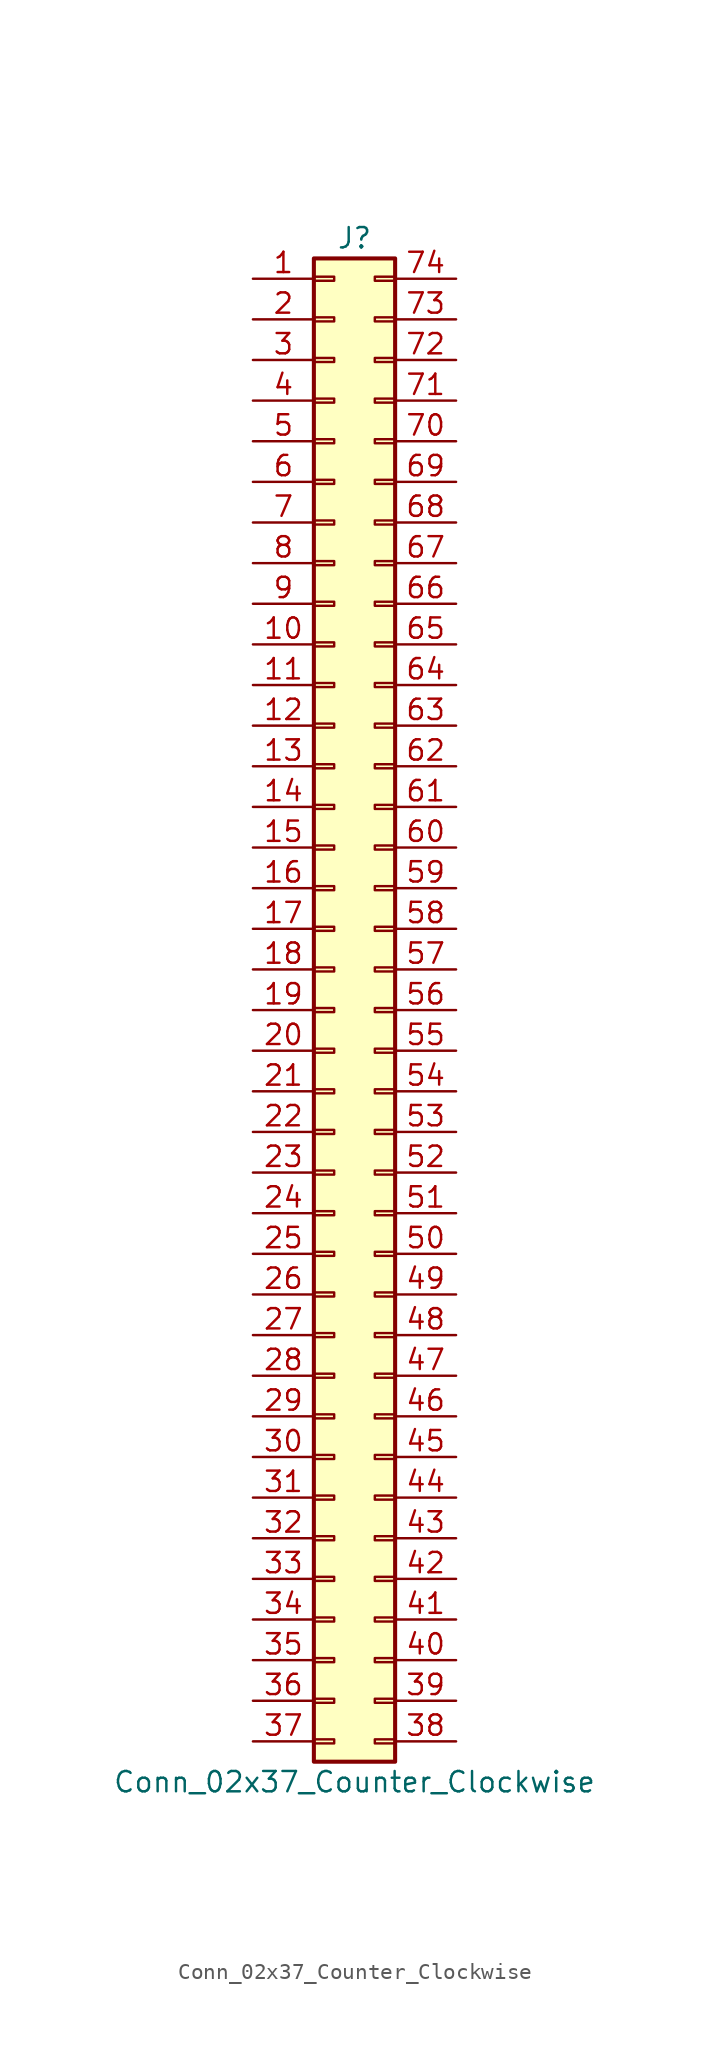
<source format=kicad_sym>
(kicad_symbol_lib
  (version 20220914)
  (generator kicad_symbol_editor)
  (symbol "Conn_02x37_Counter_Clockwise"
    (pin_names
      (offset 1.016) hide)
    (property "Reference" "J"
      (at 1.27 48.26 0)
      (effects (font (size 1.27 1.27))))
    (property "Value" "Conn_02x37_Counter_Clockwise"
      (at 1.27 -48.26 0)
      (effects (font (size 1.27 1.27))))
    (symbol "Conn_02x37_Counter_Clockwise_1_1"
      (rectangle (start -1.27 -45.593) (end 0 -45.847) (stroke (width 0.152) (type default)) (fill (type none)))
      (rectangle (start -1.27 -43.053) (end 0 -43.307) (stroke (width 0.152) (type default)) (fill (type none)))
      (rectangle (start -1.27 -40.513) (end 0 -40.767) (stroke (width 0.152) (type default)) (fill (type none)))
      (rectangle (start -1.27 -37.973) (end 0 -38.227) (stroke (width 0.152) (type default)) (fill (type none)))
      (rectangle (start -1.27 -35.433) (end 0 -35.687) (stroke (width 0.152) (type default)) (fill (type none)))
      (rectangle (start -1.27 -32.893) (end 0 -33.147) (stroke (width 0.152) (type default)) (fill (type none)))
      (rectangle (start -1.27 -30.353) (end 0 -30.607) (stroke (width 0.152) (type default)) (fill (type none)))
      (rectangle (start -1.27 -27.813) (end 0 -28.067) (stroke (width 0.152) (type default)) (fill (type none)))
      (rectangle (start -1.27 -25.273) (end 0 -25.527) (stroke (width 0.152) (type default)) (fill (type none)))
      (rectangle (start -1.27 -22.733) (end 0 -22.987) (stroke (width 0.152) (type default)) (fill (type none)))
      (rectangle (start -1.27 -20.193) (end 0 -20.447) (stroke (width 0.152) (type default)) (fill (type none)))
      (rectangle (start -1.27 -17.653) (end 0 -17.907) (stroke (width 0.152) (type default)) (fill (type none)))
      (rectangle (start -1.27 -15.113) (end 0 -15.367) (stroke (width 0.152) (type default)) (fill (type none)))
      (rectangle (start -1.27 -12.573) (end 0 -12.827) (stroke (width 0.152) (type default)) (fill (type none)))
      (rectangle (start -1.27 -10.033) (end 0 -10.287) (stroke (width 0.152) (type default)) (fill (type none)))
      (rectangle (start -1.27 -7.493) (end 0 -7.747) (stroke (width 0.152) (type default)) (fill (type none)))
      (rectangle (start -1.27 -4.953) (end 0 -5.207) (stroke (width 0.152) (type default)) (fill (type none)))
      (rectangle (start -1.27 -2.413) (end 0 -2.667) (stroke (width 0.152) (type default)) (fill (type none)))
      (rectangle (start -1.27 0.127) (end 0 -0.127) (stroke (width 0.152) (type default)) (fill (type none)))
      (rectangle (start -1.27 2.667) (end 0 2.413) (stroke (width 0.152) (type default)) (fill (type none)))
      (rectangle (start -1.27 5.207) (end 0 4.953) (stroke (width 0.152) (type default)) (fill (type none)))
      (rectangle (start -1.27 7.747) (end 0 7.493) (stroke (width 0.152) (type default)) (fill (type none)))
      (rectangle (start -1.27 10.287) (end 0 10.033) (stroke (width 0.152) (type default)) (fill (type none)))
      (rectangle (start -1.27 12.827) (end 0 12.573) (stroke (width 0.152) (type default)) (fill (type none)))
      (rectangle (start -1.27 15.367) (end 0 15.113) (stroke (width 0.152) (type default)) (fill (type none)))
      (rectangle (start -1.27 17.907) (end 0 17.653) (stroke (width 0.152) (type default)) (fill (type none)))
      (rectangle (start -1.27 20.447) (end 0 20.193) (stroke (width 0.152) (type default)) (fill (type none)))
      (rectangle (start -1.27 22.987) (end 0 22.733) (stroke (width 0.152) (type default)) (fill (type none)))
      (rectangle (start -1.27 25.527) (end 0 25.273) (stroke (width 0.152) (type default)) (fill (type none)))
      (rectangle (start -1.27 28.067) (end 0 27.813) (stroke (width 0.152) (type default)) (fill (type none)))
      (rectangle (start -1.27 30.607) (end 0 30.353) (stroke (width 0.152) (type default)) (fill (type none)))
      (rectangle (start -1.27 33.147) (end 0 32.893) (stroke (width 0.152) (type default)) (fill (type none)))
      (rectangle (start -1.27 35.687) (end 0 35.433) (stroke (width 0.152) (type default)) (fill (type none)))
      (rectangle (start -1.27 38.227) (end 0 37.973) (stroke (width 0.152) (type default)) (fill (type none)))
      (rectangle (start -1.27 40.767) (end 0 40.513) (stroke (width 0.152) (type default)) (fill (type none)))
      (rectangle (start -1.27 43.307) (end 0 43.053) (stroke (width 0.152) (type default)) (fill (type none)))
      (rectangle (start -1.27 45.847) (end 0 45.593) (stroke (width 0.152) (type default)) (fill (type none)))
      (rectangle (start -1.27 46.99) (end 3.81 -46.99) (stroke (width 0.254) (type default)) (fill (type background)))
      (rectangle (start 3.81 -45.593) (end 2.54 -45.847) (stroke (width 0.152) (type default)) (fill (type none)))
      (rectangle (start 3.81 -43.053) (end 2.54 -43.307) (stroke (width 0.152) (type default)) (fill (type none)))
      (rectangle (start 3.81 -40.513) (end 2.54 -40.767) (stroke (width 0.152) (type default)) (fill (type none)))
      (rectangle (start 3.81 -37.973) (end 2.54 -38.227) (stroke (width 0.152) (type default)) (fill (type none)))
      (rectangle (start 3.81 -35.433) (end 2.54 -35.687) (stroke (width 0.152) (type default)) (fill (type none)))
      (rectangle (start 3.81 -32.893) (end 2.54 -33.147) (stroke (width 0.152) (type default)) (fill (type none)))
      (rectangle (start 3.81 -30.353) (end 2.54 -30.607) (stroke (width 0.152) (type default)) (fill (type none)))
      (rectangle (start 3.81 -27.813) (end 2.54 -28.067) (stroke (width 0.152) (type default)) (fill (type none)))
      (rectangle (start 3.81 -25.273) (end 2.54 -25.527) (stroke (width 0.152) (type default)) (fill (type none)))
      (rectangle (start 3.81 -22.733) (end 2.54 -22.987) (stroke (width 0.152) (type default)) (fill (type none)))
      (rectangle (start 3.81 -20.193) (end 2.54 -20.447) (stroke (width 0.152) (type default)) (fill (type none)))
      (rectangle (start 3.81 -17.653) (end 2.54 -17.907) (stroke (width 0.152) (type default)) (fill (type none)))
      (rectangle (start 3.81 -15.113) (end 2.54 -15.367) (stroke (width 0.152) (type default)) (fill (type none)))
      (rectangle (start 3.81 -12.573) (end 2.54 -12.827) (stroke (width 0.152) (type default)) (fill (type none)))
      (rectangle (start 3.81 -10.033) (end 2.54 -10.287) (stroke (width 0.152) (type default)) (fill (type none)))
      (rectangle (start 3.81 -7.493) (end 2.54 -7.747) (stroke (width 0.152) (type default)) (fill (type none)))
      (rectangle (start 3.81 -4.953) (end 2.54 -5.207) (stroke (width 0.152) (type default)) (fill (type none)))
      (rectangle (start 3.81 -2.413) (end 2.54 -2.667) (stroke (width 0.152) (type default)) (fill (type none)))
      (rectangle (start 3.81 0.127) (end 2.54 -0.127) (stroke (width 0.152) (type default)) (fill (type none)))
      (rectangle (start 3.81 2.667) (end 2.54 2.413) (stroke (width 0.152) (type default)) (fill (type none)))
      (rectangle (start 3.81 5.207) (end 2.54 4.953) (stroke (width 0.152) (type default)) (fill (type none)))
      (rectangle (start 3.81 7.747) (end 2.54 7.493) (stroke (width 0.152) (type default)) (fill (type none)))
      (rectangle (start 3.81 10.287) (end 2.54 10.033) (stroke (width 0.152) (type default)) (fill (type none)))
      (rectangle (start 3.81 12.827) (end 2.54 12.573) (stroke (width 0.152) (type default)) (fill (type none)))
      (rectangle (start 3.81 15.367) (end 2.54 15.113) (stroke (width 0.152) (type default)) (fill (type none)))
      (rectangle (start 3.81 17.907) (end 2.54 17.653) (stroke (width 0.152) (type default)) (fill (type none)))
      (rectangle (start 3.81 20.447) (end 2.54 20.193) (stroke (width 0.152) (type default)) (fill (type none)))
      (rectangle (start 3.81 22.987) (end 2.54 22.733) (stroke (width 0.152) (type default)) (fill (type none)))
      (rectangle (start 3.81 25.527) (end 2.54 25.273) (stroke (width 0.152) (type default)) (fill (type none)))
      (rectangle (start 3.81 28.067) (end 2.54 27.813) (stroke (width 0.152) (type default)) (fill (type none)))
      (rectangle (start 3.81 30.607) (end 2.54 30.353) (stroke (width 0.152) (type default)) (fill (type none)))
      (rectangle (start 3.81 33.147) (end 2.54 32.893) (stroke (width 0.152) (type default)) (fill (type none)))
      (rectangle (start 3.81 35.687) (end 2.54 35.433) (stroke (width 0.152) (type default)) (fill (type none)))
      (rectangle (start 3.81 38.227) (end 2.54 37.973) (stroke (width 0.152) (type default)) (fill (type none)))
      (rectangle (start 3.81 40.767) (end 2.54 40.513) (stroke (width 0.152) (type default)) (fill (type none)))
      (rectangle (start 3.81 43.307) (end 2.54 43.053) (stroke (width 0.152) (type default)) (fill (type none)))
      (rectangle (start 3.81 45.847) (end 2.54 45.593) (stroke (width 0.152) (type default)) (fill (type none)))
      (pin passive line (at -5.08 45.72 0) (length 3.81) (name "Pin_1" (effects (font (size 1.27 1.27)))) (number "1" (effects (font (size 1.27 1.27)))))
      (pin passive line (at -5.08 22.86 0) (length 3.81) (name "Pin_10" (effects (font (size 1.27 1.27)))) (number "10" (effects (font (size 1.27 1.27)))))
      (pin passive line (at -5.08 20.32 0) (length 3.81) (name "Pin_11" (effects (font (size 1.27 1.27)))) (number "11" (effects (font (size 1.27 1.27)))))
      (pin passive line (at -5.08 17.78 0) (length 3.81) (name "Pin_12" (effects (font (size 1.27 1.27)))) (number "12" (effects (font (size 1.27 1.27)))))
      (pin passive line (at -5.08 15.24 0) (length 3.81) (name "Pin_13" (effects (font (size 1.27 1.27)))) (number "13" (effects (font (size 1.27 1.27)))))
      (pin passive line (at -5.08 12.7 0) (length 3.81) (name "Pin_14" (effects (font (size 1.27 1.27)))) (number "14" (effects (font (size 1.27 1.27)))))
      (pin passive line (at -5.08 10.16 0) (length 3.81) (name "Pin_15" (effects (font (size 1.27 1.27)))) (number "15" (effects (font (size 1.27 1.27)))))
      (pin passive line (at -5.08 7.62 0) (length 3.81) (name "Pin_16" (effects (font (size 1.27 1.27)))) (number "16" (effects (font (size 1.27 1.27)))))
      (pin passive line (at -5.08 5.08 0) (length 3.81) (name "Pin_17" (effects (font (size 1.27 1.27)))) (number "17" (effects (font (size 1.27 1.27)))))
      (pin passive line (at -5.08 2.54 0) (length 3.81) (name "Pin_18" (effects (font (size 1.27 1.27)))) (number "18" (effects (font (size 1.27 1.27)))))
      (pin passive line (at -5.08 0 0) (length 3.81) (name "Pin_19" (effects (font (size 1.27 1.27)))) (number "19" (effects (font (size 1.27 1.27)))))
      (pin passive line (at -5.08 43.18 0) (length 3.81) (name "Pin_2" (effects (font (size 1.27 1.27)))) (number "2" (effects (font (size 1.27 1.27)))))
      (pin passive line (at -5.08 -2.54 0) (length 3.81) (name "Pin_20" (effects (font (size 1.27 1.27)))) (number "20" (effects (font (size 1.27 1.27)))))
      (pin passive line (at -5.08 -5.08 0) (length 3.81) (name "Pin_21" (effects (font (size 1.27 1.27)))) (number "21" (effects (font (size 1.27 1.27)))))
      (pin passive line (at -5.08 -7.62 0) (length 3.81) (name "Pin_22" (effects (font (size 1.27 1.27)))) (number "22" (effects (font (size 1.27 1.27)))))
      (pin passive line (at -5.08 -10.16 0) (length 3.81) (name "Pin_23" (effects (font (size 1.27 1.27)))) (number "23" (effects (font (size 1.27 1.27)))))
      (pin passive line (at -5.08 -12.7 0) (length 3.81) (name "Pin_24" (effects (font (size 1.27 1.27)))) (number "24" (effects (font (size 1.27 1.27)))))
      (pin passive line (at -5.08 -15.24 0) (length 3.81) (name "Pin_25" (effects (font (size 1.27 1.27)))) (number "25" (effects (font (size 1.27 1.27)))))
      (pin passive line (at -5.08 -17.78 0) (length 3.81) (name "Pin_26" (effects (font (size 1.27 1.27)))) (number "26" (effects (font (size 1.27 1.27)))))
      (pin passive line (at -5.08 -20.32 0) (length 3.81) (name "Pin_27" (effects (font (size 1.27 1.27)))) (number "27" (effects (font (size 1.27 1.27)))))
      (pin passive line (at -5.08 -22.86 0) (length 3.81) (name "Pin_28" (effects (font (size 1.27 1.27)))) (number "28" (effects (font (size 1.27 1.27)))))
      (pin passive line (at -5.08 -25.4 0) (length 3.81) (name "Pin_29" (effects (font (size 1.27 1.27)))) (number "29" (effects (font (size 1.27 1.27)))))
      (pin passive line (at -5.08 40.64 0) (length 3.81) (name "Pin_3" (effects (font (size 1.27 1.27)))) (number "3" (effects (font (size 1.27 1.27)))))
      (pin passive line (at -5.08 -27.94 0) (length 3.81) (name "Pin_30" (effects (font (size 1.27 1.27)))) (number "30" (effects (font (size 1.27 1.27)))))
      (pin passive line (at -5.08 -30.48 0) (length 3.81) (name "Pin_31" (effects (font (size 1.27 1.27)))) (number "31" (effects (font (size 1.27 1.27)))))
      (pin passive line (at -5.08 -33.02 0) (length 3.81) (name "Pin_32" (effects (font (size 1.27 1.27)))) (number "32" (effects (font (size 1.27 1.27)))))
      (pin passive line (at -5.08 -35.56 0) (length 3.81) (name "Pin_33" (effects (font (size 1.27 1.27)))) (number "33" (effects (font (size 1.27 1.27)))))
      (pin passive line (at -5.08 -38.1 0) (length 3.81) (name "Pin_34" (effects (font (size 1.27 1.27)))) (number "34" (effects (font (size 1.27 1.27)))))
      (pin passive line (at -5.08 -40.64 0) (length 3.81) (name "Pin_35" (effects (font (size 1.27 1.27)))) (number "35" (effects (font (size 1.27 1.27)))))
      (pin passive line (at -5.08 -43.18 0) (length 3.81) (name "Pin_36" (effects (font (size 1.27 1.27)))) (number "36" (effects (font (size 1.27 1.27)))))
      (pin passive line (at -5.08 -45.72 0) (length 3.81) (name "Pin_37" (effects (font (size 1.27 1.27)))) (number "37" (effects (font (size 1.27 1.27)))))
      (pin passive line (at 7.62 -45.72 180) (length 3.81) (name "Pin_38" (effects (font (size 1.27 1.27)))) (number "38" (effects (font (size 1.27 1.27)))))
      (pin passive line (at 7.62 -43.18 180) (length 3.81) (name "Pin_39" (effects (font (size 1.27 1.27)))) (number "39" (effects (font (size 1.27 1.27)))))
      (pin passive line (at -5.08 38.1 0) (length 3.81) (name "Pin_4" (effects (font (size 1.27 1.27)))) (number "4" (effects (font (size 1.27 1.27)))))
      (pin passive line (at 7.62 -40.64 180) (length 3.81) (name "Pin_40" (effects (font (size 1.27 1.27)))) (number "40" (effects (font (size 1.27 1.27)))))
      (pin passive line (at 7.62 -38.1 180) (length 3.81) (name "Pin_41" (effects (font (size 1.27 1.27)))) (number "41" (effects (font (size 1.27 1.27)))))
      (pin passive line (at 7.62 -35.56 180) (length 3.81) (name "Pin_42" (effects (font (size 1.27 1.27)))) (number "42" (effects (font (size 1.27 1.27)))))
      (pin passive line (at 7.62 -33.02 180) (length 3.81) (name "Pin_43" (effects (font (size 1.27 1.27)))) (number "43" (effects (font (size 1.27 1.27)))))
      (pin passive line (at 7.62 -30.48 180) (length 3.81) (name "Pin_44" (effects (font (size 1.27 1.27)))) (number "44" (effects (font (size 1.27 1.27)))))
      (pin passive line (at 7.62 -27.94 180) (length 3.81) (name "Pin_45" (effects (font (size 1.27 1.27)))) (number "45" (effects (font (size 1.27 1.27)))))
      (pin passive line (at 7.62 -25.4 180) (length 3.81) (name "Pin_46" (effects (font (size 1.27 1.27)))) (number "46" (effects (font (size 1.27 1.27)))))
      (pin passive line (at 7.62 -22.86 180) (length 3.81) (name "Pin_47" (effects (font (size 1.27 1.27)))) (number "47" (effects (font (size 1.27 1.27)))))
      (pin passive line (at 7.62 -20.32 180) (length 3.81) (name "Pin_48" (effects (font (size 1.27 1.27)))) (number "48" (effects (font (size 1.27 1.27)))))
      (pin passive line (at 7.62 -17.78 180) (length 3.81) (name "Pin_49" (effects (font (size 1.27 1.27)))) (number "49" (effects (font (size 1.27 1.27)))))
      (pin passive line (at -5.08 35.56 0) (length 3.81) (name "Pin_5" (effects (font (size 1.27 1.27)))) (number "5" (effects (font (size 1.27 1.27)))))
      (pin passive line (at 7.62 -15.24 180) (length 3.81) (name "Pin_50" (effects (font (size 1.27 1.27)))) (number "50" (effects (font (size 1.27 1.27)))))
      (pin passive line (at 7.62 -12.7 180) (length 3.81) (name "Pin_51" (effects (font (size 1.27 1.27)))) (number "51" (effects (font (size 1.27 1.27)))))
      (pin passive line (at 7.62 -10.16 180) (length 3.81) (name "Pin_52" (effects (font (size 1.27 1.27)))) (number "52" (effects (font (size 1.27 1.27)))))
      (pin passive line (at 7.62 -7.62 180) (length 3.81) (name "Pin_53" (effects (font (size 1.27 1.27)))) (number "53" (effects (font (size 1.27 1.27)))))
      (pin passive line (at 7.62 -5.08 180) (length 3.81) (name "Pin_54" (effects (font (size 1.27 1.27)))) (number "54" (effects (font (size 1.27 1.27)))))
      (pin passive line (at 7.62 -2.54 180) (length 3.81) (name "Pin_55" (effects (font (size 1.27 1.27)))) (number "55" (effects (font (size 1.27 1.27)))))
      (pin passive line (at 7.62 0 180) (length 3.81) (name "Pin_56" (effects (font (size 1.27 1.27)))) (number "56" (effects (font (size 1.27 1.27)))))
      (pin passive line (at 7.62 2.54 180) (length 3.81) (name "Pin_57" (effects (font (size 1.27 1.27)))) (number "57" (effects (font (size 1.27 1.27)))))
      (pin passive line (at 7.62 5.08 180) (length 3.81) (name "Pin_58" (effects (font (size 1.27 1.27)))) (number "58" (effects (font (size 1.27 1.27)))))
      (pin passive line (at 7.62 7.62 180) (length 3.81) (name "Pin_59" (effects (font (size 1.27 1.27)))) (number "59" (effects (font (size 1.27 1.27)))))
      (pin passive line (at -5.08 33.02 0) (length 3.81) (name "Pin_6" (effects (font (size 1.27 1.27)))) (number "6" (effects (font (size 1.27 1.27)))))
      (pin passive line (at 7.62 10.16 180) (length 3.81) (name "Pin_60" (effects (font (size 1.27 1.27)))) (number "60" (effects (font (size 1.27 1.27)))))
      (pin passive line (at 7.62 12.7 180) (length 3.81) (name "Pin_61" (effects (font (size 1.27 1.27)))) (number "61" (effects (font (size 1.27 1.27)))))
      (pin passive line (at 7.62 15.24 180) (length 3.81) (name "Pin_62" (effects (font (size 1.27 1.27)))) (number "62" (effects (font (size 1.27 1.27)))))
      (pin passive line (at 7.62 17.78 180) (length 3.81) (name "Pin_63" (effects (font (size 1.27 1.27)))) (number "63" (effects (font (size 1.27 1.27)))))
      (pin passive line (at 7.62 20.32 180) (length 3.81) (name "Pin_64" (effects (font (size 1.27 1.27)))) (number "64" (effects (font (size 1.27 1.27)))))
      (pin passive line (at 7.62 22.86 180) (length 3.81) (name "Pin_65" (effects (font (size 1.27 1.27)))) (number "65" (effects (font (size 1.27 1.27)))))
      (pin passive line (at 7.62 25.4 180) (length 3.81) (name "Pin_66" (effects (font (size 1.27 1.27)))) (number "66" (effects (font (size 1.27 1.27)))))
      (pin passive line (at 7.62 27.94 180) (length 3.81) (name "Pin_67" (effects (font (size 1.27 1.27)))) (number "67" (effects (font (size 1.27 1.27)))))
      (pin passive line (at 7.62 30.48 180) (length 3.81) (name "Pin_68" (effects (font (size 1.27 1.27)))) (number "68" (effects (font (size 1.27 1.27)))))
      (pin passive line (at 7.62 33.02 180) (length 3.81) (name "Pin_69" (effects (font (size 1.27 1.27)))) (number "69" (effects (font (size 1.27 1.27)))))
      (pin passive line (at -5.08 30.48 0) (length 3.81) (name "Pin_7" (effects (font (size 1.27 1.27)))) (number "7" (effects (font (size 1.27 1.27)))))
      (pin passive line (at 7.62 35.56 180) (length 3.81) (name "Pin_70" (effects (font (size 1.27 1.27)))) (number "70" (effects (font (size 1.27 1.27)))))
      (pin passive line (at 7.62 38.1 180) (length 3.81) (name "Pin_71" (effects (font (size 1.27 1.27)))) (number "71" (effects (font (size 1.27 1.27)))))
      (pin passive line (at 7.62 40.64 180) (length 3.81) (name "Pin_72" (effects (font (size 1.27 1.27)))) (number "72" (effects (font (size 1.27 1.27)))))
      (pin passive line (at 7.62 43.18 180) (length 3.81) (name "Pin_73" (effects (font (size 1.27 1.27)))) (number "73" (effects (font (size 1.27 1.27)))))
      (pin passive line (at 7.62 45.72 180) (length 3.81) (name "Pin_74" (effects (font (size 1.27 1.27)))) (number "74" (effects (font (size 1.27 1.27)))))
      (pin passive line (at -5.08 27.94 0) (length 3.81) (name "Pin_8" (effects (font (size 1.27 1.27)))) (number "8" (effects (font (size 1.27 1.27)))))
      (pin passive line (at -5.08 25.4 0) (length 3.81) (name "Pin_9" (effects (font (size 1.27 1.27)))) (number "9" (effects (font (size 1.27 1.27))))))))
</source>
